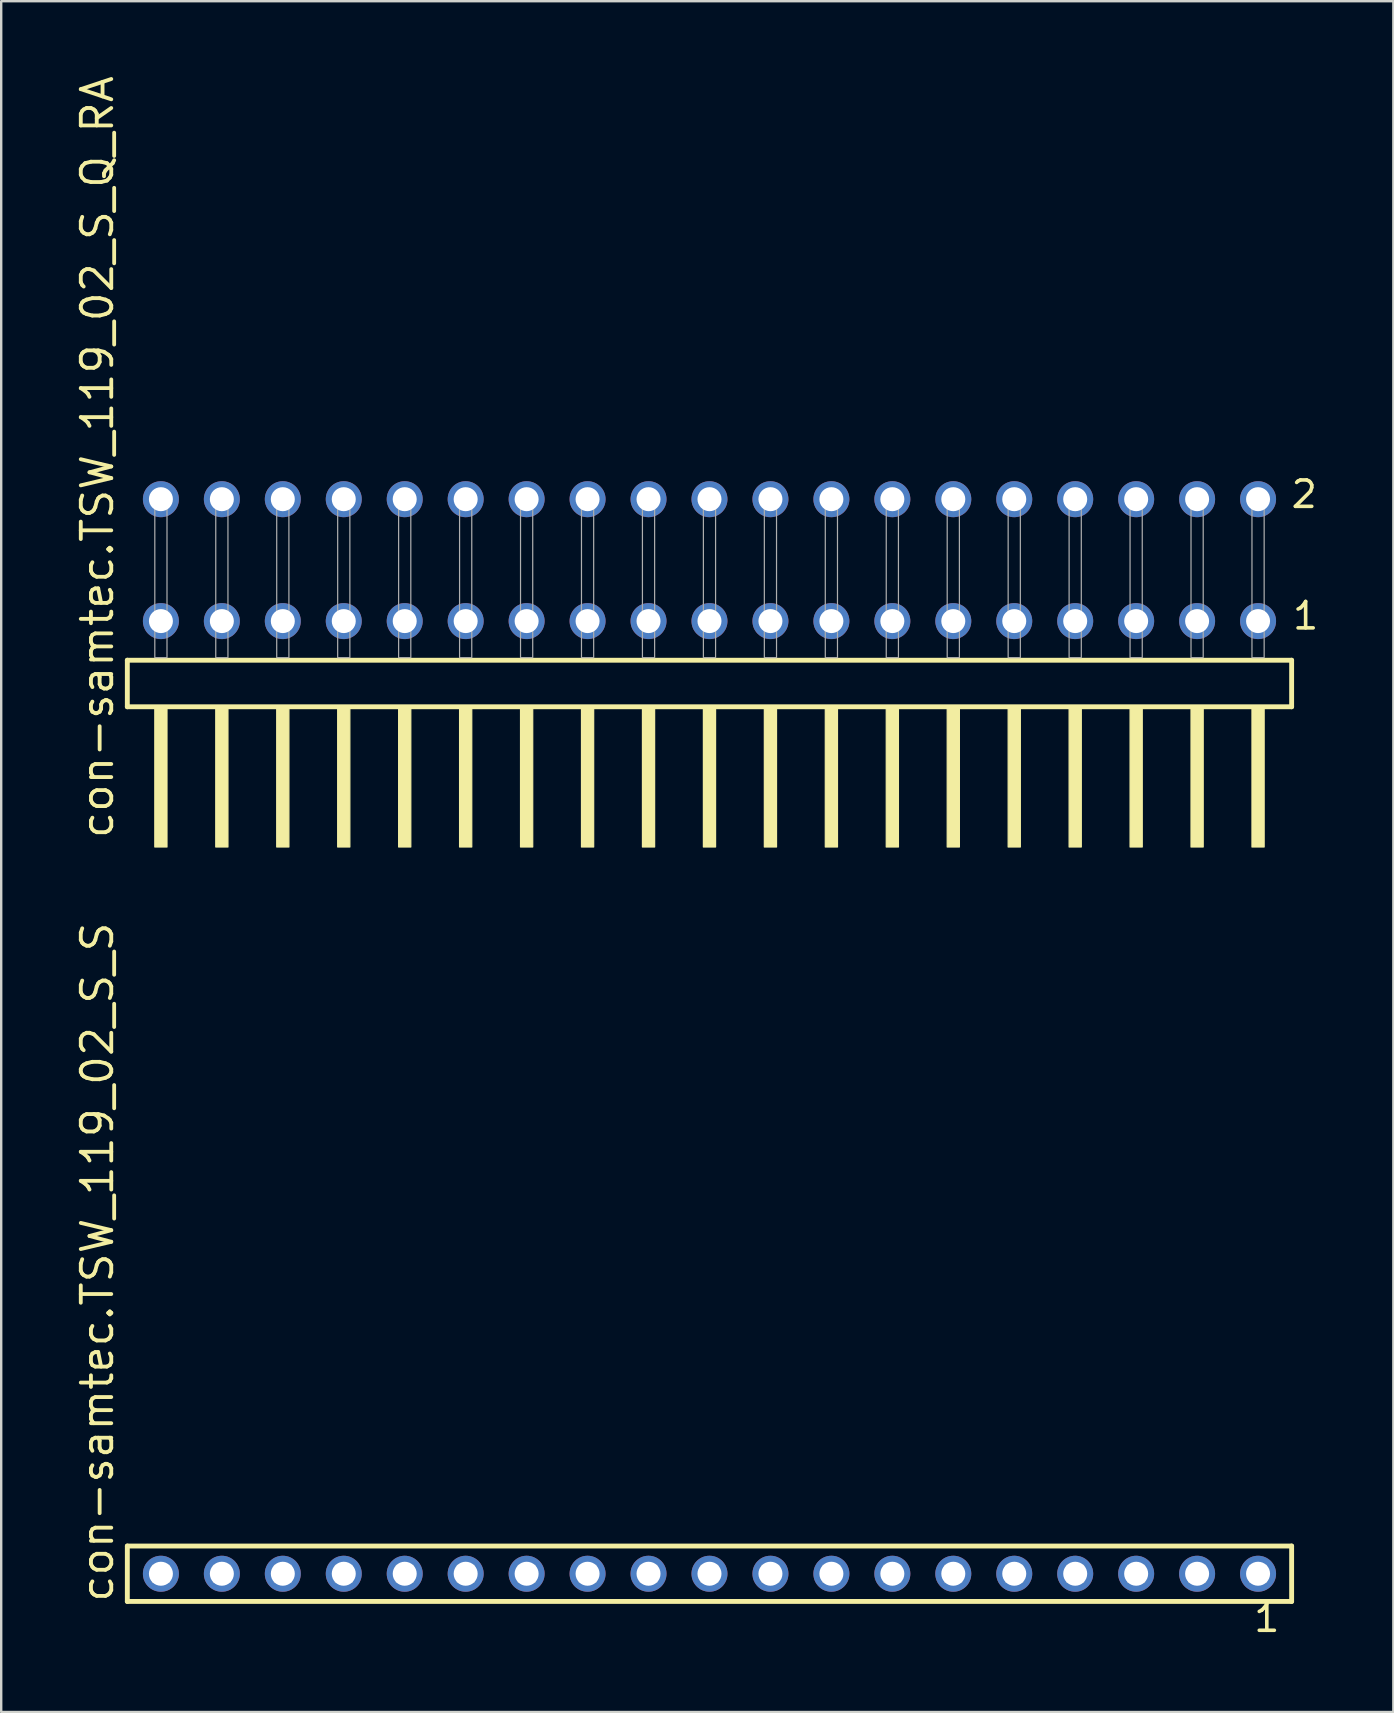
<source format=kicad_pcb>
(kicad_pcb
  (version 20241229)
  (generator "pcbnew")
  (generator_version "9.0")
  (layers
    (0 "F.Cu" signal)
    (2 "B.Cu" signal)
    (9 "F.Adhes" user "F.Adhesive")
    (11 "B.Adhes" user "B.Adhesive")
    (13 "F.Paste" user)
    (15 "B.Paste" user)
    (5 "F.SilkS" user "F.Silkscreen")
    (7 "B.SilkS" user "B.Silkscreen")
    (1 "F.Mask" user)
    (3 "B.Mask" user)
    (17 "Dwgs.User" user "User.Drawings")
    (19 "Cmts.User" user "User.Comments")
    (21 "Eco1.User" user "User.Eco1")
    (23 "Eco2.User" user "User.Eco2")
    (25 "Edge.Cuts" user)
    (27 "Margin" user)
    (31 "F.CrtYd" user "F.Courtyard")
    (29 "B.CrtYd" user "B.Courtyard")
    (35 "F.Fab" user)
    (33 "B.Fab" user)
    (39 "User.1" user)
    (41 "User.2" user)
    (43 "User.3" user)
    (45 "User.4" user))
  (footprint "con-samtec.TSW_119_02_S_S"
    (layer "F.Cu")
    (at 26.515 62.53)
    (property "Reference" "con-samtec.TSW_119_02_S_S" (at -24.765 1.27 90) (layer "F.SilkS") (effects (font (size 1.27 1.27) (thickness 0.16)) (justify left bottom)))
    (attr through_hole)
    (fp_line (start -24.259 -1.155) (end 24.259 -1.155) (stroke (width 0.203) (type default)) (layer "F.SilkS"))
    (fp_line (start -24.259 1.155) (end -24.259 -1.155) (stroke (width 0.203) (type default)) (layer "F.SilkS"))
    (fp_line (start 24.259 -1.155) (end 24.259 1.155) (stroke (width 0.203) (type default)) (layer "F.SilkS"))
    (fp_line (start 24.259 1.155) (end -24.259 1.155) (stroke (width 0.203) (type default)) (layer "F.SilkS"))
    (fp_rect (start -23.21 0.35) (end -22.51 -0.35) (stroke (width 0.05) (type default)) (fill no) (layer "F.Fab"))
    (fp_rect (start -20.67 0.35) (end -19.97 -0.35) (stroke (width 0.05) (type default)) (fill no) (layer "F.Fab"))
    (fp_rect (start -18.13 0.35) (end -17.43 -0.35) (stroke (width 0.05) (type default)) (fill no) (layer "F.Fab"))
    (fp_rect (start -15.59 0.35) (end -14.89 -0.35) (stroke (width 0.05) (type default)) (fill no) (layer "F.Fab"))
    (fp_rect (start -13.05 0.35) (end -12.35 -0.35) (stroke (width 0.05) (type default)) (fill no) (layer "F.Fab"))
    (fp_rect (start -10.51 0.35) (end -9.81 -0.35) (stroke (width 0.05) (type default)) (fill no) (layer "F.Fab"))
    (fp_rect (start -7.97 0.35) (end -7.27 -0.35) (stroke (width 0.05) (type default)) (fill no) (layer "F.Fab"))
    (fp_rect (start -5.43 0.35) (end -4.73 -0.35) (stroke (width 0.05) (type default)) (fill no) (layer "F.Fab"))
    (fp_rect (start -2.89 0.35) (end -2.19 -0.35) (stroke (width 0.05) (type default)) (fill no) (layer "F.Fab"))
    (fp_rect (start -0.35 0.35) (end 0.35 -0.35) (stroke (width 0.05) (type default)) (fill no) (layer "F.Fab"))
    (fp_rect (start 2.19 0.35) (end 2.89 -0.35) (stroke (width 0.05) (type default)) (fill no) (layer "F.Fab"))
    (fp_rect (start 4.73 0.35) (end 5.43 -0.35) (stroke (width 0.05) (type default)) (fill no) (layer "F.Fab"))
    (fp_rect (start 7.27 0.35) (end 7.97 -0.35) (stroke (width 0.05) (type default)) (fill no) (layer "F.Fab"))
    (fp_rect (start 9.81 0.35) (end 10.51 -0.35) (stroke (width 0.05) (type default)) (fill no) (layer "F.Fab"))
    (fp_rect (start 12.35 0.35) (end 13.05 -0.35) (stroke (width 0.05) (type default)) (fill no) (layer "F.Fab"))
    (fp_rect (start 14.89 0.35) (end 15.59 -0.35) (stroke (width 0.05) (type default)) (fill no) (layer "F.Fab"))
    (fp_rect (start 17.43 0.35) (end 18.13 -0.35) (stroke (width 0.05) (type default)) (fill no) (layer "F.Fab"))
    (fp_rect (start 19.97 0.35) (end 20.67 -0.35) (stroke (width 0.05) (type default)) (fill no) (layer "F.Fab"))
    (fp_rect (start 22.51 0.35) (end 23.21 -0.35) (stroke (width 0.05) (type default)) (fill no) (layer "F.Fab"))
    (fp_text user "1" (at 22.602 2.498 0) (layer "F.SilkS") (effects (font (size 1.1 1.1) (thickness 0.15)) (justify left bottom)))
    (pad "1" thru_hole circle (at 22.86 0 180) (size 1.5 1.5) (drill 1) (layers "*.Cu" "*.Mask"))
    (pad "2" thru_hole circle (at 20.32 0 180) (size 1.5 1.5) (drill 1) (layers "*.Cu" "*.Mask"))
    (pad "3" thru_hole circle (at 17.78 0 180) (size 1.5 1.5) (drill 1) (layers "*.Cu" "*.Mask"))
    (pad "4" thru_hole circle (at 15.24 0 180) (size 1.5 1.5) (drill 1) (layers "*.Cu" "*.Mask"))
    (pad "5" thru_hole circle (at 12.7 0 180) (size 1.5 1.5) (drill 1) (layers "*.Cu" "*.Mask"))
    (pad "6" thru_hole circle (at 10.16 0 180) (size 1.5 1.5) (drill 1) (layers "*.Cu" "*.Mask"))
    (pad "7" thru_hole circle (at 7.62 0 180) (size 1.5 1.5) (drill 1) (layers "*.Cu" "*.Mask"))
    (pad "8" thru_hole circle (at 5.08 0 180) (size 1.5 1.5) (drill 1) (layers "*.Cu" "*.Mask"))
    (pad "9" thru_hole circle (at 2.54 0 180) (size 1.5 1.5) (drill 1) (layers "*.Cu" "*.Mask"))
    (pad "10" thru_hole circle (at 0 0 180) (size 1.5 1.5) (drill 1) (layers "*.Cu" "*.Mask"))
    (pad "11" thru_hole circle (at -2.54 0 180) (size 1.5 1.5) (drill 1) (layers "*.Cu" "*.Mask"))
    (pad "12" thru_hole circle (at -5.08 0 180) (size 1.5 1.5) (drill 1) (layers "*.Cu" "*.Mask"))
    (pad "13" thru_hole circle (at -7.62 0 180) (size 1.5 1.5) (drill 1) (layers "*.Cu" "*.Mask"))
    (pad "14" thru_hole circle (at -10.16 0 180) (size 1.5 1.5) (drill 1) (layers "*.Cu" "*.Mask"))
    (pad "15" thru_hole circle (at -12.7 0 180) (size 1.5 1.5) (drill 1) (layers "*.Cu" "*.Mask"))
    (pad "16" thru_hole circle (at -15.24 0 180) (size 1.5 1.5) (drill 1) (layers "*.Cu" "*.Mask"))
    (pad "17" thru_hole circle (at -17.78 0 180) (size 1.5 1.5) (drill 1) (layers "*.Cu" "*.Mask"))
    (pad "18" thru_hole circle (at -20.32 0 180) (size 1.5 1.5) (drill 1) (layers "*.Cu" "*.Mask"))
    (pad "19" thru_hole circle (at -22.86 0 180) (size 1.5 1.5) (drill 1) (layers "*.Cu" "*.Mask")))
  (footprint "con-samtec.TSW_119_02_S_Q_RA"
    (layer "F.Cu")
    (at 26.515 24.356)
    (property "Reference" "con-samtec.TSW_119_02_S_Q_RA" (at -24.765 7.62 90) (layer "F.SilkS") (effects (font (size 1.27 1.27) (thickness 0.16)) (justify left bottom)))
    (attr through_hole)
    (fp_line (start -24.259 0.106) (end -24.259 2.046) (stroke (width 0.203) (type default)) (layer "F.SilkS"))
    (fp_line (start -24.259 2.046) (end 24.259 2.046) (stroke (width 0.203) (type default)) (layer "F.SilkS"))
    (fp_line (start 24.259 0.106) (end -24.259 0.106) (stroke (width 0.203) (type default)) (layer "F.SilkS"))
    (fp_line (start 24.259 2.046) (end 24.259 0.106) (stroke (width 0.203) (type default)) (layer "F.SilkS"))
    (fp_rect (start -23.114 7.89) (end -22.606 2.04) (stroke (width 0.05) (type default)) (fill yes) (layer "F.SilkS"))
    (fp_rect (start -20.574 7.89) (end -20.066 2.04) (stroke (width 0.05) (type default)) (fill yes) (layer "F.SilkS"))
    (fp_rect (start -18.034 7.89) (end -17.526 2.04) (stroke (width 0.05) (type default)) (fill yes) (layer "F.SilkS"))
    (fp_rect (start -15.494 7.89) (end -14.986 2.04) (stroke (width 0.05) (type default)) (fill yes) (layer "F.SilkS"))
    (fp_rect (start -12.954 7.89) (end -12.446 2.04) (stroke (width 0.05) (type default)) (fill yes) (layer "F.SilkS"))
    (fp_rect (start -10.414 7.89) (end -9.906 2.04) (stroke (width 0.05) (type default)) (fill yes) (layer "F.SilkS"))
    (fp_rect (start -7.874 7.89) (end -7.366 2.04) (stroke (width 0.05) (type default)) (fill yes) (layer "F.SilkS"))
    (fp_rect (start -5.334 7.89) (end -4.826 2.04) (stroke (width 0.05) (type default)) (fill yes) (layer "F.SilkS"))
    (fp_rect (start -2.794 7.89) (end -2.286 2.04) (stroke (width 0.05) (type default)) (fill yes) (layer "F.SilkS"))
    (fp_rect (start -0.254 7.89) (end 0.254 2.04) (stroke (width 0.05) (type default)) (fill yes) (layer "F.SilkS"))
    (fp_rect (start 2.286 7.89) (end 2.794 2.04) (stroke (width 0.05) (type default)) (fill yes) (layer "F.SilkS"))
    (fp_rect (start 4.826 7.89) (end 5.334 2.04) (stroke (width 0.05) (type default)) (fill yes) (layer "F.SilkS"))
    (fp_rect (start 7.366 7.89) (end 7.874 2.04) (stroke (width 0.05) (type default)) (fill yes) (layer "F.SilkS"))
    (fp_rect (start 9.906 7.89) (end 10.414 2.04) (stroke (width 0.05) (type default)) (fill yes) (layer "F.SilkS"))
    (fp_rect (start 12.446 7.89) (end 12.954 2.04) (stroke (width 0.05) (type default)) (fill yes) (layer "F.SilkS"))
    (fp_rect (start 14.986 7.89) (end 15.494 2.04) (stroke (width 0.05) (type default)) (fill yes) (layer "F.SilkS"))
    (fp_rect (start 17.526 7.89) (end 18.034 2.04) (stroke (width 0.05) (type default)) (fill yes) (layer "F.SilkS"))
    (fp_rect (start 20.066 7.89) (end 20.574 2.04) (stroke (width 0.05) (type default)) (fill yes) (layer "F.SilkS"))
    (fp_rect (start 22.606 7.89) (end 23.114 2.04) (stroke (width 0.05) (type default)) (fill yes) (layer "F.SilkS"))
    (fp_rect (start -23.114 0) (end -22.606 -6.858) (stroke (width 0.05) (type default)) (fill no) (layer "F.Fab"))
    (fp_rect (start -20.574 0) (end -20.066 -6.858) (stroke (width 0.05) (type default)) (fill no) (layer "F.Fab"))
    (fp_rect (start -18.034 0) (end -17.526 -6.858) (stroke (width 0.05) (type default)) (fill no) (layer "F.Fab"))
    (fp_rect (start -15.494 0) (end -14.986 -6.858) (stroke (width 0.05) (type default)) (fill no) (layer "F.Fab"))
    (fp_rect (start -12.954 0) (end -12.446 -6.858) (stroke (width 0.05) (type default)) (fill no) (layer "F.Fab"))
    (fp_rect (start -10.414 0) (end -9.906 -6.858) (stroke (width 0.05) (type default)) (fill no) (layer "F.Fab"))
    (fp_rect (start -7.874 0) (end -7.366 -6.858) (stroke (width 0.05) (type default)) (fill no) (layer "F.Fab"))
    (fp_rect (start -5.334 0) (end -4.826 -6.858) (stroke (width 0.05) (type default)) (fill no) (layer "F.Fab"))
    (fp_rect (start -2.794 0) (end -2.286 -6.858) (stroke (width 0.05) (type default)) (fill no) (layer "F.Fab"))
    (fp_rect (start -0.254 0) (end 0.254 -6.858) (stroke (width 0.05) (type default)) (fill no) (layer "F.Fab"))
    (fp_rect (start 2.286 0) (end 2.794 -6.858) (stroke (width 0.05) (type default)) (fill no) (layer "F.Fab"))
    (fp_rect (start 4.826 0) (end 5.334 -6.858) (stroke (width 0.05) (type default)) (fill no) (layer "F.Fab"))
    (fp_rect (start 7.366 0) (end 7.874 -6.858) (stroke (width 0.05) (type default)) (fill no) (layer "F.Fab"))
    (fp_rect (start 9.906 0) (end 10.414 -6.858) (stroke (width 0.05) (type default)) (fill no) (layer "F.Fab"))
    (fp_rect (start 12.446 0) (end 12.954 -6.858) (stroke (width 0.05) (type default)) (fill no) (layer "F.Fab"))
    (fp_rect (start 14.986 0) (end 15.494 -6.858) (stroke (width 0.05) (type default)) (fill no) (layer "F.Fab"))
    (fp_rect (start 17.526 0) (end 18.034 -6.858) (stroke (width 0.05) (type default)) (fill no) (layer "F.Fab"))
    (fp_rect (start 20.066 0) (end 20.574 -6.858) (stroke (width 0.05) (type default)) (fill no) (layer "F.Fab"))
    (fp_rect (start 22.606 0) (end 23.114 -6.858) (stroke (width 0.05) (type default)) (fill no) (layer "F.Fab"))
    (fp_text user "1" (at 24.22 -1.1 0) (layer "F.SilkS") (effects (font (size 1.1 1.1) (thickness 0.15)) (justify left bottom)))
    (fp_text user "2" (at 24.16 -6.165 0) (layer "F.SilkS") (effects (font (size 1.1 1.1) (thickness 0.15)) (justify left bottom)))
    (pad "1" thru_hole circle (at 22.86 -1.524 180) (size 1.5 1.5) (drill 1) (layers "*.Cu" "*.Mask"))
    (pad "2" thru_hole circle (at 22.86 -6.604 180) (size 1.5 1.5) (drill 1) (layers "*.Cu" "*.Mask"))
    (pad "3" thru_hole circle (at 20.32 -1.524 180) (size 1.5 1.5) (drill 1) (layers "*.Cu" "*.Mask"))
    (pad "4" thru_hole circle (at 20.32 -6.604 180) (size 1.5 1.5) (drill 1) (layers "*.Cu" "*.Mask"))
    (pad "5" thru_hole circle (at 17.78 -1.524 180) (size 1.5 1.5) (drill 1) (layers "*.Cu" "*.Mask"))
    (pad "6" thru_hole circle (at 17.78 -6.604 180) (size 1.5 1.5) (drill 1) (layers "*.Cu" "*.Mask"))
    (pad "7" thru_hole circle (at 15.24 -1.524 180) (size 1.5 1.5) (drill 1) (layers "*.Cu" "*.Mask"))
    (pad "8" thru_hole circle (at 15.24 -6.604 180) (size 1.5 1.5) (drill 1) (layers "*.Cu" "*.Mask"))
    (pad "9" thru_hole circle (at 12.7 -1.524 180) (size 1.5 1.5) (drill 1) (layers "*.Cu" "*.Mask"))
    (pad "10" thru_hole circle (at 12.7 -6.604 180) (size 1.5 1.5) (drill 1) (layers "*.Cu" "*.Mask"))
    (pad "11" thru_hole circle (at 10.16 -1.524 180) (size 1.5 1.5) (drill 1) (layers "*.Cu" "*.Mask"))
    (pad "12" thru_hole circle (at 10.16 -6.604 180) (size 1.5 1.5) (drill 1) (layers "*.Cu" "*.Mask"))
    (pad "13" thru_hole circle (at 7.62 -1.524 180) (size 1.5 1.5) (drill 1) (layers "*.Cu" "*.Mask"))
    (pad "14" thru_hole circle (at 7.62 -6.604 180) (size 1.5 1.5) (drill 1) (layers "*.Cu" "*.Mask"))
    (pad "15" thru_hole circle (at 5.08 -1.524 180) (size 1.5 1.5) (drill 1) (layers "*.Cu" "*.Mask"))
    (pad "16" thru_hole circle (at 5.08 -6.604 180) (size 1.5 1.5) (drill 1) (layers "*.Cu" "*.Mask"))
    (pad "17" thru_hole circle (at 2.54 -1.524 180) (size 1.5 1.5) (drill 1) (layers "*.Cu" "*.Mask"))
    (pad "18" thru_hole circle (at 2.54 -6.604 180) (size 1.5 1.5) (drill 1) (layers "*.Cu" "*.Mask"))
    (pad "19" thru_hole circle (at 0 -1.524 180) (size 1.5 1.5) (drill 1) (layers "*.Cu" "*.Mask"))
    (pad "20" thru_hole circle (at 0 -6.604 180) (size 1.5 1.5) (drill 1) (layers "*.Cu" "*.Mask"))
    (pad "21" thru_hole circle (at -2.54 -1.524 180) (size 1.5 1.5) (drill 1) (layers "*.Cu" "*.Mask"))
    (pad "22" thru_hole circle (at -2.54 -6.604 180) (size 1.5 1.5) (drill 1) (layers "*.Cu" "*.Mask"))
    (pad "23" thru_hole circle (at -5.08 -1.524 180) (size 1.5 1.5) (drill 1) (layers "*.Cu" "*.Mask"))
    (pad "24" thru_hole circle (at -5.08 -6.604 180) (size 1.5 1.5) (drill 1) (layers "*.Cu" "*.Mask"))
    (pad "25" thru_hole circle (at -7.62 -1.524 180) (size 1.5 1.5) (drill 1) (layers "*.Cu" "*.Mask"))
    (pad "26" thru_hole circle (at -7.62 -6.604 180) (size 1.5 1.5) (drill 1) (layers "*.Cu" "*.Mask"))
    (pad "27" thru_hole circle (at -10.16 -1.524 180) (size 1.5 1.5) (drill 1) (layers "*.Cu" "*.Mask"))
    (pad "28" thru_hole circle (at -10.16 -6.604 180) (size 1.5 1.5) (drill 1) (layers "*.Cu" "*.Mask"))
    (pad "29" thru_hole circle (at -12.7 -1.524 180) (size 1.5 1.5) (drill 1) (layers "*.Cu" "*.Mask"))
    (pad "30" thru_hole circle (at -12.7 -6.604 180) (size 1.5 1.5) (drill 1) (layers "*.Cu" "*.Mask"))
    (pad "31" thru_hole circle (at -15.24 -1.524 180) (size 1.5 1.5) (drill 1) (layers "*.Cu" "*.Mask"))
    (pad "32" thru_hole circle (at -15.24 -6.604 180) (size 1.5 1.5) (drill 1) (layers "*.Cu" "*.Mask"))
    (pad "33" thru_hole circle (at -17.78 -1.524 180) (size 1.5 1.5) (drill 1) (layers "*.Cu" "*.Mask"))
    (pad "34" thru_hole circle (at -17.78 -6.604 180) (size 1.5 1.5) (drill 1) (layers "*.Cu" "*.Mask"))
    (pad "35" thru_hole circle (at -20.32 -1.524 180) (size 1.5 1.5) (drill 1) (layers "*.Cu" "*.Mask"))
    (pad "36" thru_hole circle (at -20.32 -6.604 180) (size 1.5 1.5) (drill 1) (layers "*.Cu" "*.Mask"))
    (pad "37" thru_hole circle (at -22.86 -1.524 180) (size 1.5 1.5) (drill 1) (layers "*.Cu" "*.Mask"))
    (pad "38" thru_hole circle (at -22.86 -6.604 180) (size 1.5 1.5) (drill 1) (layers "*.Cu" "*.Mask")))
  (gr_rect
    (start -3 -3)
    (end 55.013 68.291)
    (stroke (width 0.1) (type default))
    (fill no)
    (layer "Edge.Cuts")))
</source>
